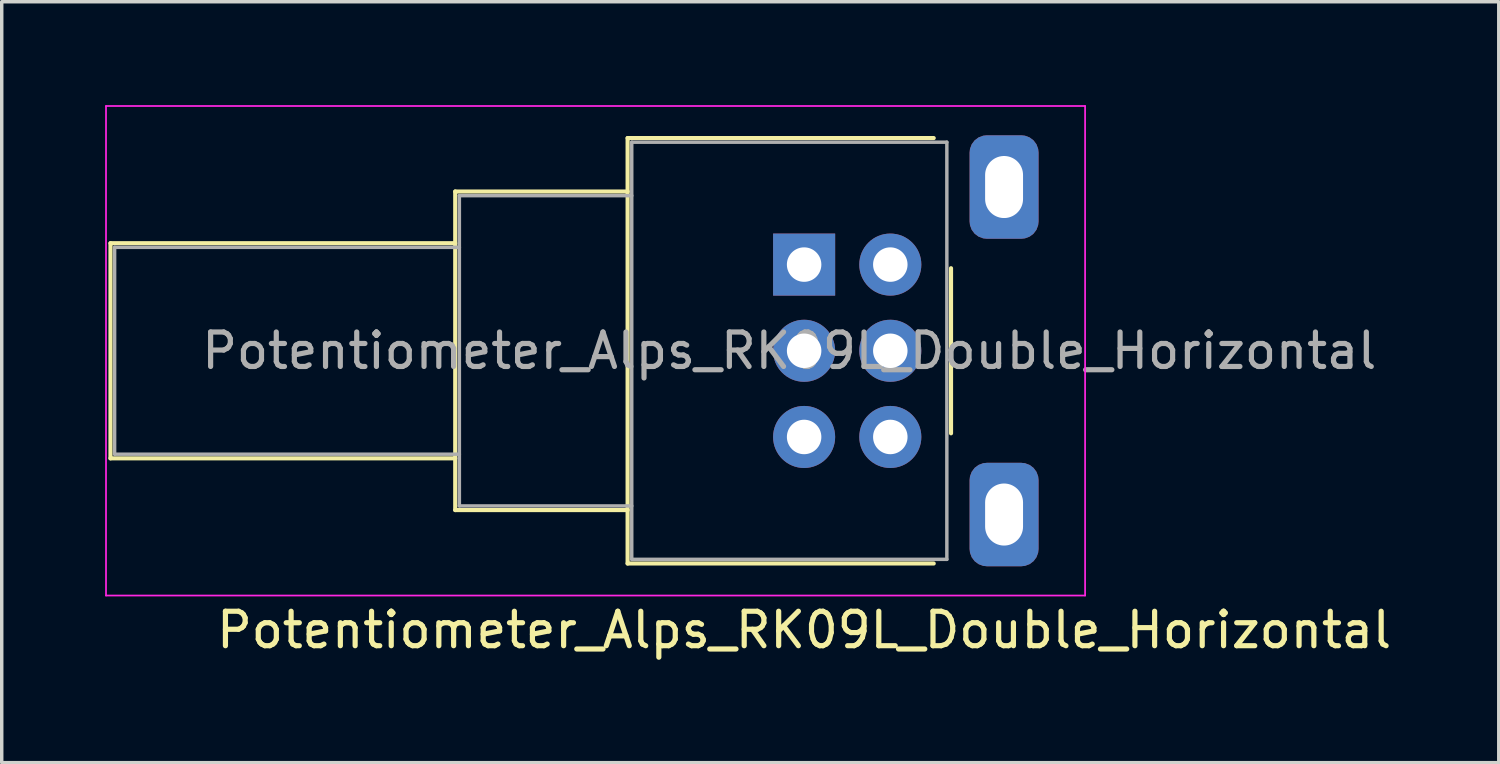
<source format=kicad_pcb>
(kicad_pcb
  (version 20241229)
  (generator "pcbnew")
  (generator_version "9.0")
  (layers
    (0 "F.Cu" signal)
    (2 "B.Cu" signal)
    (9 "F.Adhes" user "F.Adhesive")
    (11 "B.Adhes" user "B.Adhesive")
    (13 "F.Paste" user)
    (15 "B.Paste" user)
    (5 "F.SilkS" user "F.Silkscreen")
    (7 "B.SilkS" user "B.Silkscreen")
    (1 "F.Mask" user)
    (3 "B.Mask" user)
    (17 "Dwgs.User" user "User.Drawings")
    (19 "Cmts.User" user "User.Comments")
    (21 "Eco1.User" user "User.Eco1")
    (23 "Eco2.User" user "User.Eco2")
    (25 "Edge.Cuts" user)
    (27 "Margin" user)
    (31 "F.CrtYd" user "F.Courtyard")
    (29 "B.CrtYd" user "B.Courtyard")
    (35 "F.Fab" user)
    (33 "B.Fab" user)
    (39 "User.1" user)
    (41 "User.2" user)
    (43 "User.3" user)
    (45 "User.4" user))
  (footprint "Potentiometer_Alps_RK09L_Double_Horizontal"
    (layer "F.Cu")
    (at 20.275 4.625)
    (property "Reference" "Potentiometer_Alps_RK09L_Double_Horizontal" (at 0 10.6 180) (layer "F.SilkS") (effects (font (size 1 1) (thickness 0.15))))
    (attr through_hole)
    (fp_line (start -20.12 5.62) (end -20.12 -0.62) (stroke (width 0.12) (type solid)) (layer "F.SilkS"))
    (fp_line (start -10.12 -0.62) (end -20.12 -0.62) (stroke (width 0.12) (type solid)) (layer "F.SilkS"))
    (fp_line (start -10.12 5.62) (end -20.12 5.62) (stroke (width 0.12) (type solid)) (layer "F.SilkS"))
    (fp_line (start -10.12 7.12) (end -10.12 -2.12) (stroke (width 0.12) (type solid)) (layer "F.SilkS"))
    (fp_line (start -5.12 -2.12) (end -10.12 -2.12) (stroke (width 0.12) (type solid)) (layer "F.SilkS"))
    (fp_line (start -5.12 7.12) (end -10.12 7.12) (stroke (width 0.12) (type solid)) (layer "F.SilkS"))
    (fp_line (start -5.12 8.67) (end -5.12 -3.67) (stroke (width 0.12) (type solid)) (layer "F.SilkS"))
    (fp_line (start 3.759 -3.67) (end -5.12 -3.67) (stroke (width 0.12) (type solid)) (layer "F.SilkS"))
    (fp_line (start 3.759 8.67) (end -5.12 8.67) (stroke (width 0.12) (type solid)) (layer "F.SilkS"))
    (fp_line (start 4.261 4.894) (end 4.261 0.105) (stroke (width 0.12) (type solid)) (layer "F.SilkS"))
    (fp_line (start -20.25 -4.6) (end -20.25 9.6) (stroke (width 0.05) (type solid)) (layer "F.CrtYd"))
    (fp_line (start -20.25 9.6) (end 8.15 9.6) (stroke (width 0.05) (type solid)) (layer "F.CrtYd"))
    (fp_line (start 8.15 -4.6) (end -20.25 -4.6) (stroke (width 0.05) (type solid)) (layer "F.CrtYd"))
    (fp_line (start 8.15 9.6) (end 8.15 -4.6) (stroke (width 0.05) (type solid)) (layer "F.CrtYd"))
    (fp_line (start -20 -0.5) (end -20 5.5) (stroke (width 0.1) (type solid)) (layer "F.Fab"))
    (fp_line (start -20 5.5) (end -10 5.5) (stroke (width 0.1) (type solid)) (layer "F.Fab"))
    (fp_line (start -10 -2) (end -10 7) (stroke (width 0.1) (type solid)) (layer "F.Fab"))
    (fp_line (start -10 -0.5) (end -20 -0.5) (stroke (width 0.1) (type solid)) (layer "F.Fab"))
    (fp_line (start -10 7) (end -5 7) (stroke (width 0.1) (type solid)) (layer "F.Fab"))
    (fp_line (start -5 -3.55) (end -5 8.55) (stroke (width 0.1) (type solid)) (layer "F.Fab"))
    (fp_line (start -5 -2) (end -10 -2) (stroke (width 0.1) (type solid)) (layer "F.Fab"))
    (fp_line (start -5 8.55) (end 4.14 8.55) (stroke (width 0.1) (type solid)) (layer "F.Fab"))
    (fp_line (start 4.14 -3.55) (end -5 -3.55) (stroke (width 0.1) (type solid)) (layer "F.Fab"))
    (fp_line (start 4.14 8.55) (end 4.14 -3.55) (stroke (width 0.1) (type solid)) (layer "F.Fab"))
    (fp_text user "${REFERENCE}" (at -0.43 2.5 180) (layer "F.Fab") (effects (font (size 1 1) (thickness 0.15))))
    (pad "1" thru_hole rect (at 0 0 180) (size 1.8 1.8) (drill 1) (layers "*.Cu" "*.Mask"))
    (pad "2" thru_hole circle (at 0 2.5 180) (size 1.8 1.8) (drill 1) (layers "*.Cu" "*.Mask"))
    (pad "3" thru_hole circle (at 0 5 180) (size 1.8 1.8) (drill 1) (layers "*.Cu" "*.Mask"))
    (pad "4" thru_hole circle (at 2.5 0 180) (size 1.8 1.8) (drill 1) (layers "*.Cu" "*.Mask"))
    (pad "5" thru_hole circle (at 2.5 2.5 180) (size 1.8 1.8) (drill 1) (layers "*.Cu" "*.Mask"))
    (pad "6" thru_hole circle (at 2.5 5 180) (size 1.8 1.8) (drill 1) (layers "*.Cu" "*.Mask"))
    (pad "MP" thru_hole roundrect (at 5.8 -2.25 180) (size 2 3) (drill oval 1.1 1.8) (layers "*.Cu" "*.Mask") (roundrect_rratio 0.25))
    (pad "MP" thru_hole roundrect (at 5.8 7.25 180) (size 2 3) (drill oval 1.1 1.8) (layers "*.Cu" "*.Mask") (roundrect_rratio 0.25)))
  (gr_rect
    (start -3 -3)
    (end 40.424 19.073)
    (stroke (width 0.1) (type default))
    (fill no)
    (layer "Edge.Cuts")))
</source>
